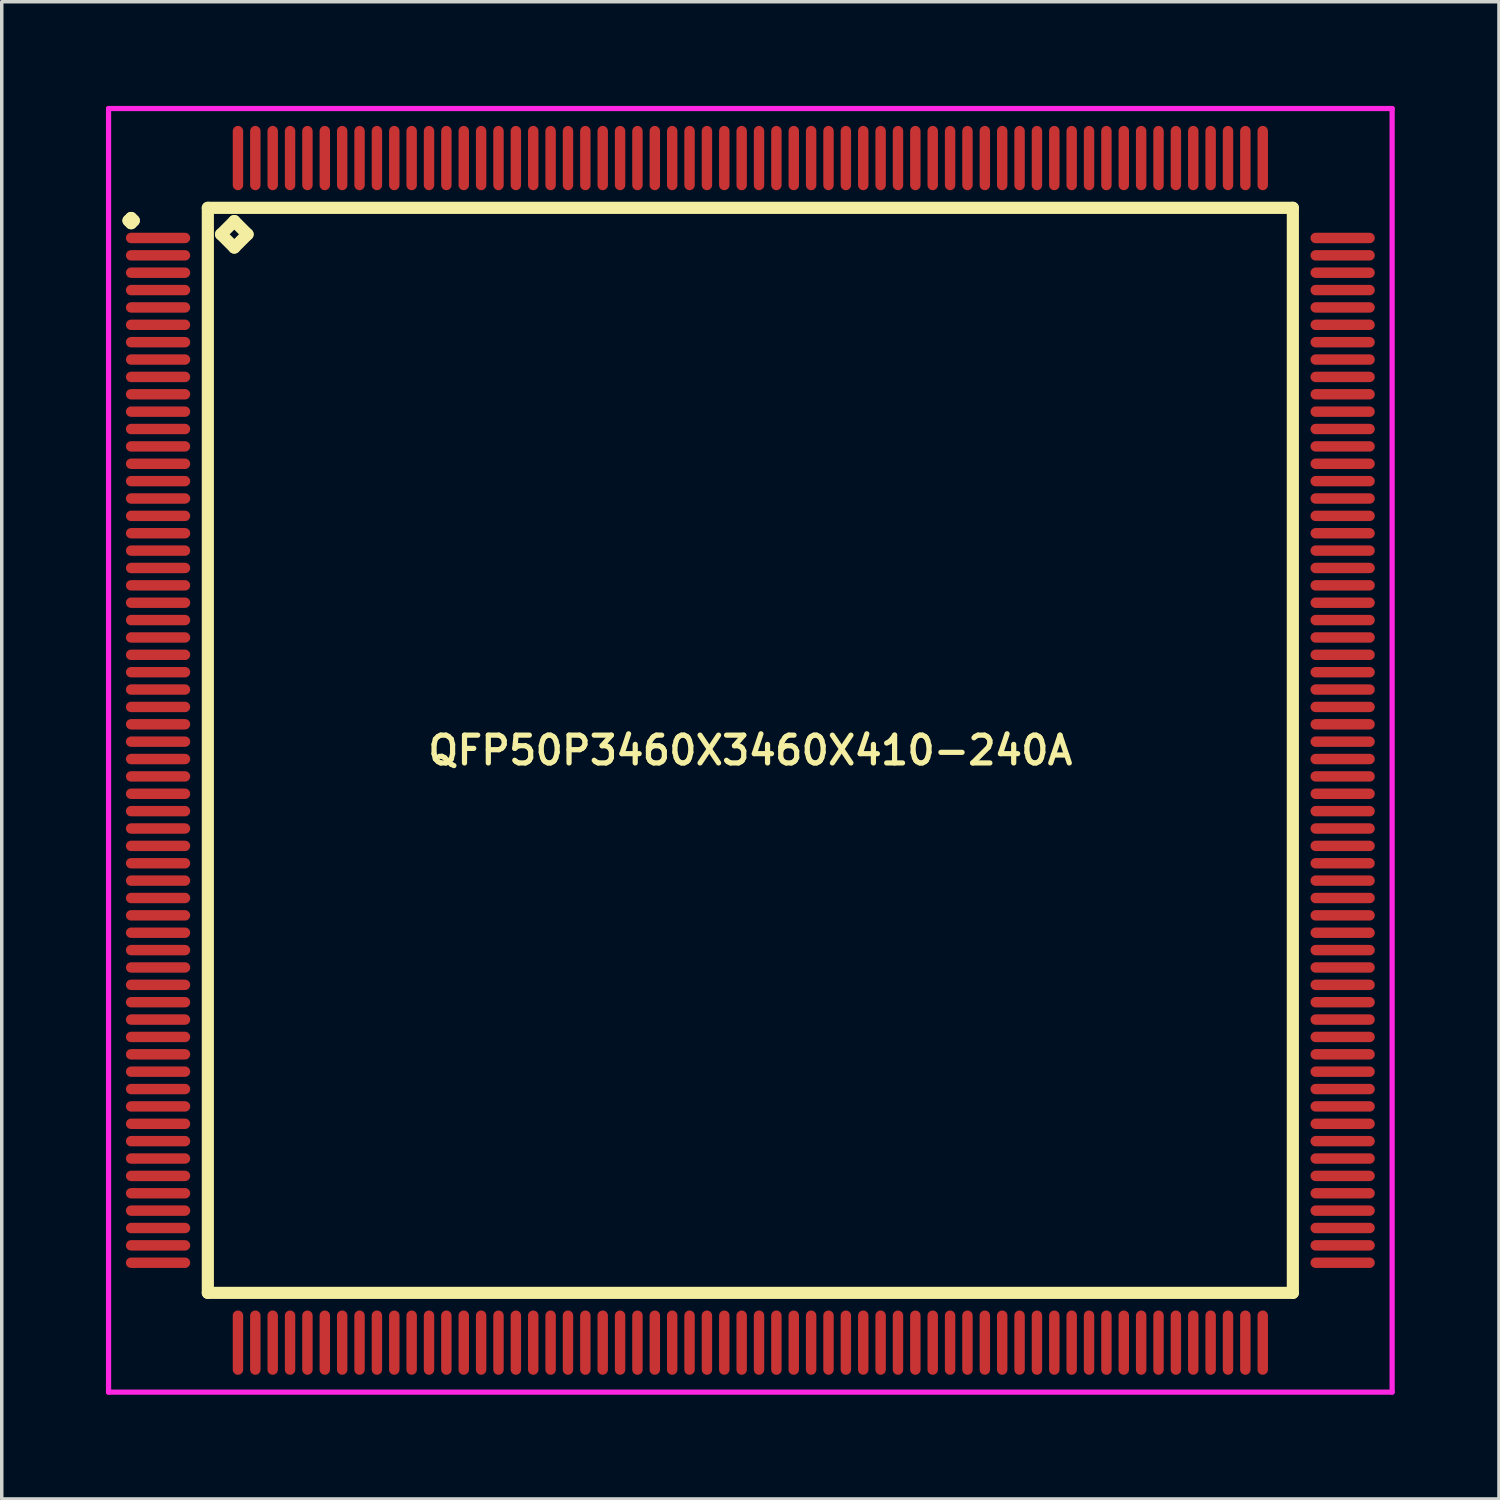
<source format=kicad_pcb>
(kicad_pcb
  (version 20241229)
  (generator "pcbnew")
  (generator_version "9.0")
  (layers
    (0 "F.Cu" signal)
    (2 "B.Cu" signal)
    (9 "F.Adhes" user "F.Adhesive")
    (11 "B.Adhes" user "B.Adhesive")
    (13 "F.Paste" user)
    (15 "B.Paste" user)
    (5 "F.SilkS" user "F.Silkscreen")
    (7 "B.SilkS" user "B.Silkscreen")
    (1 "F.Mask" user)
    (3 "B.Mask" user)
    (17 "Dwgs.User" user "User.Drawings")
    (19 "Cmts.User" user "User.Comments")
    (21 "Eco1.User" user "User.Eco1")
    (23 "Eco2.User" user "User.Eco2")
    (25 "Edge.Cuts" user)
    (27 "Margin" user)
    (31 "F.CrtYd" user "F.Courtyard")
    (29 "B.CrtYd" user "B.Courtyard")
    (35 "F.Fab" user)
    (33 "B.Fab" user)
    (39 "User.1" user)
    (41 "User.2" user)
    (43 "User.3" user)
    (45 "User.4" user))
  (footprint "QFP50P3460X3460X410-240A"
    (layer "F.Cu")
    (at 18.55 18.55)
    (property "Reference" "QFP50P3460X3460X410-240A" (at 0 0 0) (layer "F.SilkS") (effects (font (size 0.8 0.8) (thickness 0.15))))
    (attr through_hole)
    (fp_line (start -17.9 -15.25) (end -17.825 -15.325) (stroke (width 0.35) (type solid)) (layer "F.SilkS"))
    (fp_line (start -17.825 -15.325) (end -17.75 -15.25) (stroke (width 0.35) (type solid)) (layer "F.SilkS"))
    (fp_line (start -17.825 -15.175) (end -17.9 -15.25) (stroke (width 0.35) (type solid)) (layer "F.SilkS"))
    (fp_line (start -17.75 -15.25) (end -17.825 -15.175) (stroke (width 0.35) (type solid)) (layer "F.SilkS"))
    (fp_line (start -15.617 -15.617) (end -15.617 15.617) (stroke (width 0.35) (type solid)) (layer "F.SilkS"))
    (fp_line (start -15.617 15.617) (end 15.617 15.617) (stroke (width 0.35) (type solid)) (layer "F.SilkS"))
    (fp_line (start -15.236 -14.855) (end -14.855 -15.236) (stroke (width 0.35) (type solid)) (layer "F.SilkS"))
    (fp_line (start -14.855 -15.236) (end -14.474 -14.855) (stroke (width 0.35) (type solid)) (layer "F.SilkS"))
    (fp_line (start -14.855 -14.474) (end -15.236 -14.855) (stroke (width 0.35) (type solid)) (layer "F.SilkS"))
    (fp_line (start -14.474 -14.855) (end -14.855 -14.474) (stroke (width 0.35) (type solid)) (layer "F.SilkS"))
    (fp_line (start 15.617 -15.617) (end -15.617 -15.617) (stroke (width 0.35) (type solid)) (layer "F.SilkS"))
    (fp_line (start 15.617 15.617) (end 15.617 -15.617) (stroke (width 0.35) (type solid)) (layer "F.SilkS"))
    (fp_line (start -18.475 -18.475) (end 18.475 -18.475) (stroke (width 0.15) (type solid)) (layer "F.CrtYd"))
    (fp_line (start -18.475 18.475) (end -18.475 -18.475) (stroke (width 0.15) (type solid)) (layer "F.CrtYd"))
    (fp_line (start 18.475 -18.475) (end 18.475 18.475) (stroke (width 0.15) (type solid)) (layer "F.CrtYd"))
    (fp_line (start 18.475 18.475) (end -18.475 18.475) (stroke (width 0.15) (type solid)) (layer "F.CrtYd"))
    (pad "1" smd oval (at -17.05 -14.75) (size 1.85 0.3) (layers "F.Cu" "F.Mask" "F.Paste"))
    (pad "2" smd oval (at -17.05 -14.25) (size 1.85 0.3) (layers "F.Cu" "F.Mask" "F.Paste"))
    (pad "3" smd oval (at -17.05 -13.75) (size 1.85 0.3) (layers "F.Cu" "F.Mask" "F.Paste"))
    (pad "4" smd oval (at -17.05 -13.25) (size 1.85 0.3) (layers "F.Cu" "F.Mask" "F.Paste"))
    (pad "5" smd oval (at -17.05 -12.75) (size 1.85 0.3) (layers "F.Cu" "F.Mask" "F.Paste"))
    (pad "6" smd oval (at -17.05 -12.25) (size 1.85 0.3) (layers "F.Cu" "F.Mask" "F.Paste"))
    (pad "7" smd oval (at -17.05 -11.75) (size 1.85 0.3) (layers "F.Cu" "F.Mask" "F.Paste"))
    (pad "8" smd oval (at -17.05 -11.25) (size 1.85 0.3) (layers "F.Cu" "F.Mask" "F.Paste"))
    (pad "9" smd oval (at -17.05 -10.75) (size 1.85 0.3) (layers "F.Cu" "F.Mask" "F.Paste"))
    (pad "10" smd oval (at -17.05 -10.25) (size 1.85 0.3) (layers "F.Cu" "F.Mask" "F.Paste"))
    (pad "11" smd oval (at -17.05 -9.75) (size 1.85 0.3) (layers "F.Cu" "F.Mask" "F.Paste"))
    (pad "12" smd oval (at -17.05 -9.25) (size 1.85 0.3) (layers "F.Cu" "F.Mask" "F.Paste"))
    (pad "13" smd oval (at -17.05 -8.75) (size 1.85 0.3) (layers "F.Cu" "F.Mask" "F.Paste"))
    (pad "14" smd oval (at -17.05 -8.25) (size 1.85 0.3) (layers "F.Cu" "F.Mask" "F.Paste"))
    (pad "15" smd oval (at -17.05 -7.75) (size 1.85 0.3) (layers "F.Cu" "F.Mask" "F.Paste"))
    (pad "16" smd oval (at -17.05 -7.25) (size 1.85 0.3) (layers "F.Cu" "F.Mask" "F.Paste"))
    (pad "17" smd oval (at -17.05 -6.75) (size 1.85 0.3) (layers "F.Cu" "F.Mask" "F.Paste"))
    (pad "18" smd oval (at -17.05 -6.25) (size 1.85 0.3) (layers "F.Cu" "F.Mask" "F.Paste"))
    (pad "19" smd oval (at -17.05 -5.75) (size 1.85 0.3) (layers "F.Cu" "F.Mask" "F.Paste"))
    (pad "20" smd oval (at -17.05 -5.25) (size 1.85 0.3) (layers "F.Cu" "F.Mask" "F.Paste"))
    (pad "21" smd oval (at -17.05 -4.75) (size 1.85 0.3) (layers "F.Cu" "F.Mask" "F.Paste"))
    (pad "22" smd oval (at -17.05 -4.25) (size 1.85 0.3) (layers "F.Cu" "F.Mask" "F.Paste"))
    (pad "23" smd oval (at -17.05 -3.75) (size 1.85 0.3) (layers "F.Cu" "F.Mask" "F.Paste"))
    (pad "24" smd oval (at -17.05 -3.25) (size 1.85 0.3) (layers "F.Cu" "F.Mask" "F.Paste"))
    (pad "25" smd oval (at -17.05 -2.75) (size 1.85 0.3) (layers "F.Cu" "F.Mask" "F.Paste"))
    (pad "26" smd oval (at -17.05 -2.25) (size 1.85 0.3) (layers "F.Cu" "F.Mask" "F.Paste"))
    (pad "27" smd oval (at -17.05 -1.75) (size 1.85 0.3) (layers "F.Cu" "F.Mask" "F.Paste"))
    (pad "28" smd oval (at -17.05 -1.25) (size 1.85 0.3) (layers "F.Cu" "F.Mask" "F.Paste"))
    (pad "29" smd oval (at -17.05 -0.75) (size 1.85 0.3) (layers "F.Cu" "F.Mask" "F.Paste"))
    (pad "30" smd oval (at -17.05 -0.25) (size 1.85 0.3) (layers "F.Cu" "F.Mask" "F.Paste"))
    (pad "31" smd oval (at -17.05 0.25) (size 1.85 0.3) (layers "F.Cu" "F.Mask" "F.Paste"))
    (pad "32" smd oval (at -17.05 0.75) (size 1.85 0.3) (layers "F.Cu" "F.Mask" "F.Paste"))
    (pad "33" smd oval (at -17.05 1.25) (size 1.85 0.3) (layers "F.Cu" "F.Mask" "F.Paste"))
    (pad "34" smd oval (at -17.05 1.75) (size 1.85 0.3) (layers "F.Cu" "F.Mask" "F.Paste"))
    (pad "35" smd oval (at -17.05 2.25) (size 1.85 0.3) (layers "F.Cu" "F.Mask" "F.Paste"))
    (pad "36" smd oval (at -17.05 2.75) (size 1.85 0.3) (layers "F.Cu" "F.Mask" "F.Paste"))
    (pad "37" smd oval (at -17.05 3.25) (size 1.85 0.3) (layers "F.Cu" "F.Mask" "F.Paste"))
    (pad "38" smd oval (at -17.05 3.75) (size 1.85 0.3) (layers "F.Cu" "F.Mask" "F.Paste"))
    (pad "39" smd oval (at -17.05 4.25) (size 1.85 0.3) (layers "F.Cu" "F.Mask" "F.Paste"))
    (pad "40" smd oval (at -17.05 4.75) (size 1.85 0.3) (layers "F.Cu" "F.Mask" "F.Paste"))
    (pad "41" smd oval (at -17.05 5.25) (size 1.85 0.3) (layers "F.Cu" "F.Mask" "F.Paste"))
    (pad "42" smd oval (at -17.05 5.75) (size 1.85 0.3) (layers "F.Cu" "F.Mask" "F.Paste"))
    (pad "43" smd oval (at -17.05 6.25) (size 1.85 0.3) (layers "F.Cu" "F.Mask" "F.Paste"))
    (pad "44" smd oval (at -17.05 6.75) (size 1.85 0.3) (layers "F.Cu" "F.Mask" "F.Paste"))
    (pad "45" smd oval (at -17.05 7.25) (size 1.85 0.3) (layers "F.Cu" "F.Mask" "F.Paste"))
    (pad "46" smd oval (at -17.05 7.75) (size 1.85 0.3) (layers "F.Cu" "F.Mask" "F.Paste"))
    (pad "47" smd oval (at -17.05 8.25) (size 1.85 0.3) (layers "F.Cu" "F.Mask" "F.Paste"))
    (pad "48" smd oval (at -17.05 8.75) (size 1.85 0.3) (layers "F.Cu" "F.Mask" "F.Paste"))
    (pad "49" smd oval (at -17.05 9.25) (size 1.85 0.3) (layers "F.Cu" "F.Mask" "F.Paste"))
    (pad "50" smd oval (at -17.05 9.75) (size 1.85 0.3) (layers "F.Cu" "F.Mask" "F.Paste"))
    (pad "51" smd oval (at -17.05 10.25) (size 1.85 0.3) (layers "F.Cu" "F.Mask" "F.Paste"))
    (pad "52" smd oval (at -17.05 10.75) (size 1.85 0.3) (layers "F.Cu" "F.Mask" "F.Paste"))
    (pad "53" smd oval (at -17.05 11.25) (size 1.85 0.3) (layers "F.Cu" "F.Mask" "F.Paste"))
    (pad "54" smd oval (at -17.05 11.75) (size 1.85 0.3) (layers "F.Cu" "F.Mask" "F.Paste"))
    (pad "55" smd oval (at -17.05 12.25) (size 1.85 0.3) (layers "F.Cu" "F.Mask" "F.Paste"))
    (pad "56" smd oval (at -17.05 12.75) (size 1.85 0.3) (layers "F.Cu" "F.Mask" "F.Paste"))
    (pad "57" smd oval (at -17.05 13.25) (size 1.85 0.3) (layers "F.Cu" "F.Mask" "F.Paste"))
    (pad "58" smd oval (at -17.05 13.75) (size 1.85 0.3) (layers "F.Cu" "F.Mask" "F.Paste"))
    (pad "59" smd oval (at -17.05 14.25) (size 1.85 0.3) (layers "F.Cu" "F.Mask" "F.Paste"))
    (pad "60" smd oval (at -17.05 14.75) (size 1.85 0.3) (layers "F.Cu" "F.Mask" "F.Paste"))
    (pad "61" smd oval (at -14.75 17.05) (size 0.3 1.85) (layers "F.Cu" "F.Mask" "F.Paste"))
    (pad "62" smd oval (at -14.25 17.05) (size 0.3 1.85) (layers "F.Cu" "F.Mask" "F.Paste"))
    (pad "63" smd oval (at -13.75 17.05) (size 0.3 1.85) (layers "F.Cu" "F.Mask" "F.Paste"))
    (pad "64" smd oval (at -13.25 17.05) (size 0.3 1.85) (layers "F.Cu" "F.Mask" "F.Paste"))
    (pad "65" smd oval (at -12.75 17.05) (size 0.3 1.85) (layers "F.Cu" "F.Mask" "F.Paste"))
    (pad "66" smd oval (at -12.25 17.05) (size 0.3 1.85) (layers "F.Cu" "F.Mask" "F.Paste"))
    (pad "67" smd oval (at -11.75 17.05) (size 0.3 1.85) (layers "F.Cu" "F.Mask" "F.Paste"))
    (pad "68" smd oval (at -11.25 17.05) (size 0.3 1.85) (layers "F.Cu" "F.Mask" "F.Paste"))
    (pad "69" smd oval (at -10.75 17.05) (size 0.3 1.85) (layers "F.Cu" "F.Mask" "F.Paste"))
    (pad "70" smd oval (at -10.25 17.05) (size 0.3 1.85) (layers "F.Cu" "F.Mask" "F.Paste"))
    (pad "71" smd oval (at -9.75 17.05) (size 0.3 1.85) (layers "F.Cu" "F.Mask" "F.Paste"))
    (pad "72" smd oval (at -9.25 17.05) (size 0.3 1.85) (layers "F.Cu" "F.Mask" "F.Paste"))
    (pad "73" smd oval (at -8.75 17.05) (size 0.3 1.85) (layers "F.Cu" "F.Mask" "F.Paste"))
    (pad "74" smd oval (at -8.25 17.05) (size 0.3 1.85) (layers "F.Cu" "F.Mask" "F.Paste"))
    (pad "75" smd oval (at -7.75 17.05) (size 0.3 1.85) (layers "F.Cu" "F.Mask" "F.Paste"))
    (pad "76" smd oval (at -7.25 17.05) (size 0.3 1.85) (layers "F.Cu" "F.Mask" "F.Paste"))
    (pad "77" smd oval (at -6.75 17.05) (size 0.3 1.85) (layers "F.Cu" "F.Mask" "F.Paste"))
    (pad "78" smd oval (at -6.25 17.05) (size 0.3 1.85) (layers "F.Cu" "F.Mask" "F.Paste"))
    (pad "79" smd oval (at -5.75 17.05) (size 0.3 1.85) (layers "F.Cu" "F.Mask" "F.Paste"))
    (pad "80" smd oval (at -5.25 17.05) (size 0.3 1.85) (layers "F.Cu" "F.Mask" "F.Paste"))
    (pad "81" smd oval (at -4.75 17.05) (size 0.3 1.85) (layers "F.Cu" "F.Mask" "F.Paste"))
    (pad "82" smd oval (at -4.25 17.05) (size 0.3 1.85) (layers "F.Cu" "F.Mask" "F.Paste"))
    (pad "83" smd oval (at -3.75 17.05) (size 0.3 1.85) (layers "F.Cu" "F.Mask" "F.Paste"))
    (pad "84" smd oval (at -3.25 17.05) (size 0.3 1.85) (layers "F.Cu" "F.Mask" "F.Paste"))
    (pad "85" smd oval (at -2.75 17.05) (size 0.3 1.85) (layers "F.Cu" "F.Mask" "F.Paste"))
    (pad "86" smd oval (at -2.25 17.05) (size 0.3 1.85) (layers "F.Cu" "F.Mask" "F.Paste"))
    (pad "87" smd oval (at -1.75 17.05) (size 0.3 1.85) (layers "F.Cu" "F.Mask" "F.Paste"))
    (pad "88" smd oval (at -1.25 17.05) (size 0.3 1.85) (layers "F.Cu" "F.Mask" "F.Paste"))
    (pad "89" smd oval (at -0.75 17.05) (size 0.3 1.85) (layers "F.Cu" "F.Mask" "F.Paste"))
    (pad "90" smd oval (at -0.25 17.05) (size 0.3 1.85) (layers "F.Cu" "F.Mask" "F.Paste"))
    (pad "91" smd oval (at 0.25 17.05) (size 0.3 1.85) (layers "F.Cu" "F.Mask" "F.Paste"))
    (pad "92" smd oval (at 0.75 17.05) (size 0.3 1.85) (layers "F.Cu" "F.Mask" "F.Paste"))
    (pad "93" smd oval (at 1.25 17.05) (size 0.3 1.85) (layers "F.Cu" "F.Mask" "F.Paste"))
    (pad "94" smd oval (at 1.75 17.05) (size 0.3 1.85) (layers "F.Cu" "F.Mask" "F.Paste"))
    (pad "95" smd oval (at 2.25 17.05) (size 0.3 1.85) (layers "F.Cu" "F.Mask" "F.Paste"))
    (pad "96" smd oval (at 2.75 17.05) (size 0.3 1.85) (layers "F.Cu" "F.Mask" "F.Paste"))
    (pad "97" smd oval (at 3.25 17.05) (size 0.3 1.85) (layers "F.Cu" "F.Mask" "F.Paste"))
    (pad "98" smd oval (at 3.75 17.05) (size 0.3 1.85) (layers "F.Cu" "F.Mask" "F.Paste"))
    (pad "99" smd oval (at 4.25 17.05) (size 0.3 1.85) (layers "F.Cu" "F.Mask" "F.Paste"))
    (pad "100" smd oval (at 4.75 17.05) (size 0.3 1.85) (layers "F.Cu" "F.Mask" "F.Paste"))
    (pad "101" smd oval (at 5.25 17.05) (size 0.3 1.85) (layers "F.Cu" "F.Mask" "F.Paste"))
    (pad "102" smd oval (at 5.75 17.05) (size 0.3 1.85) (layers "F.Cu" "F.Mask" "F.Paste"))
    (pad "103" smd oval (at 6.25 17.05) (size 0.3 1.85) (layers "F.Cu" "F.Mask" "F.Paste"))
    (pad "104" smd oval (at 6.75 17.05) (size 0.3 1.85) (layers "F.Cu" "F.Mask" "F.Paste"))
    (pad "105" smd oval (at 7.25 17.05) (size 0.3 1.85) (layers "F.Cu" "F.Mask" "F.Paste"))
    (pad "106" smd oval (at 7.75 17.05) (size 0.3 1.85) (layers "F.Cu" "F.Mask" "F.Paste"))
    (pad "107" smd oval (at 8.25 17.05) (size 0.3 1.85) (layers "F.Cu" "F.Mask" "F.Paste"))
    (pad "108" smd oval (at 8.75 17.05) (size 0.3 1.85) (layers "F.Cu" "F.Mask" "F.Paste"))
    (pad "109" smd oval (at 9.25 17.05) (size 0.3 1.85) (layers "F.Cu" "F.Mask" "F.Paste"))
    (pad "110" smd oval (at 9.75 17.05) (size 0.3 1.85) (layers "F.Cu" "F.Mask" "F.Paste"))
    (pad "111" smd oval (at 10.25 17.05) (size 0.3 1.85) (layers "F.Cu" "F.Mask" "F.Paste"))
    (pad "112" smd oval (at 10.75 17.05) (size 0.3 1.85) (layers "F.Cu" "F.Mask" "F.Paste"))
    (pad "113" smd oval (at 11.25 17.05) (size 0.3 1.85) (layers "F.Cu" "F.Mask" "F.Paste"))
    (pad "114" smd oval (at 11.75 17.05) (size 0.3 1.85) (layers "F.Cu" "F.Mask" "F.Paste"))
    (pad "115" smd oval (at 12.25 17.05) (size 0.3 1.85) (layers "F.Cu" "F.Mask" "F.Paste"))
    (pad "116" smd oval (at 12.75 17.05) (size 0.3 1.85) (layers "F.Cu" "F.Mask" "F.Paste"))
    (pad "117" smd oval (at 13.25 17.05) (size 0.3 1.85) (layers "F.Cu" "F.Mask" "F.Paste"))
    (pad "118" smd oval (at 13.75 17.05) (size 0.3 1.85) (layers "F.Cu" "F.Mask" "F.Paste"))
    (pad "119" smd oval (at 14.25 17.05) (size 0.3 1.85) (layers "F.Cu" "F.Mask" "F.Paste"))
    (pad "120" smd oval (at 14.75 17.05) (size 0.3 1.85) (layers "F.Cu" "F.Mask" "F.Paste"))
    (pad "121" smd oval (at 17.05 14.75) (size 1.85 0.3) (layers "F.Cu" "F.Mask" "F.Paste"))
    (pad "122" smd oval (at 17.05 14.25) (size 1.85 0.3) (layers "F.Cu" "F.Mask" "F.Paste"))
    (pad "123" smd oval (at 17.05 13.75) (size 1.85 0.3) (layers "F.Cu" "F.Mask" "F.Paste"))
    (pad "124" smd oval (at 17.05 13.25) (size 1.85 0.3) (layers "F.Cu" "F.Mask" "F.Paste"))
    (pad "125" smd oval (at 17.05 12.75) (size 1.85 0.3) (layers "F.Cu" "F.Mask" "F.Paste"))
    (pad "126" smd oval (at 17.05 12.25) (size 1.85 0.3) (layers "F.Cu" "F.Mask" "F.Paste"))
    (pad "127" smd oval (at 17.05 11.75) (size 1.85 0.3) (layers "F.Cu" "F.Mask" "F.Paste"))
    (pad "128" smd oval (at 17.05 11.25) (size 1.85 0.3) (layers "F.Cu" "F.Mask" "F.Paste"))
    (pad "129" smd oval (at 17.05 10.75) (size 1.85 0.3) (layers "F.Cu" "F.Mask" "F.Paste"))
    (pad "130" smd oval (at 17.05 10.25) (size 1.85 0.3) (layers "F.Cu" "F.Mask" "F.Paste"))
    (pad "131" smd oval (at 17.05 9.75) (size 1.85 0.3) (layers "F.Cu" "F.Mask" "F.Paste"))
    (pad "132" smd oval (at 17.05 9.25) (size 1.85 0.3) (layers "F.Cu" "F.Mask" "F.Paste"))
    (pad "133" smd oval (at 17.05 8.75) (size 1.85 0.3) (layers "F.Cu" "F.Mask" "F.Paste"))
    (pad "134" smd oval (at 17.05 8.25) (size 1.85 0.3) (layers "F.Cu" "F.Mask" "F.Paste"))
    (pad "135" smd oval (at 17.05 7.75) (size 1.85 0.3) (layers "F.Cu" "F.Mask" "F.Paste"))
    (pad "136" smd oval (at 17.05 7.25) (size 1.85 0.3) (layers "F.Cu" "F.Mask" "F.Paste"))
    (pad "137" smd oval (at 17.05 6.75) (size 1.85 0.3) (layers "F.Cu" "F.Mask" "F.Paste"))
    (pad "138" smd oval (at 17.05 6.25) (size 1.85 0.3) (layers "F.Cu" "F.Mask" "F.Paste"))
    (pad "139" smd oval (at 17.05 5.75) (size 1.85 0.3) (layers "F.Cu" "F.Mask" "F.Paste"))
    (pad "140" smd oval (at 17.05 5.25) (size 1.85 0.3) (layers "F.Cu" "F.Mask" "F.Paste"))
    (pad "141" smd oval (at 17.05 4.75) (size 1.85 0.3) (layers "F.Cu" "F.Mask" "F.Paste"))
    (pad "142" smd oval (at 17.05 4.25) (size 1.85 0.3) (layers "F.Cu" "F.Mask" "F.Paste"))
    (pad "143" smd oval (at 17.05 3.75) (size 1.85 0.3) (layers "F.Cu" "F.Mask" "F.Paste"))
    (pad "144" smd oval (at 17.05 3.25) (size 1.85 0.3) (layers "F.Cu" "F.Mask" "F.Paste"))
    (pad "145" smd oval (at 17.05 2.75) (size 1.85 0.3) (layers "F.Cu" "F.Mask" "F.Paste"))
    (pad "146" smd oval (at 17.05 2.25) (size 1.85 0.3) (layers "F.Cu" "F.Mask" "F.Paste"))
    (pad "147" smd oval (at 17.05 1.75) (size 1.85 0.3) (layers "F.Cu" "F.Mask" "F.Paste"))
    (pad "148" smd oval (at 17.05 1.25) (size 1.85 0.3) (layers "F.Cu" "F.Mask" "F.Paste"))
    (pad "149" smd oval (at 17.05 0.75) (size 1.85 0.3) (layers "F.Cu" "F.Mask" "F.Paste"))
    (pad "150" smd oval (at 17.05 0.25) (size 1.85 0.3) (layers "F.Cu" "F.Mask" "F.Paste"))
    (pad "151" smd oval (at 17.05 -0.25) (size 1.85 0.3) (layers "F.Cu" "F.Mask" "F.Paste"))
    (pad "152" smd oval (at 17.05 -0.75) (size 1.85 0.3) (layers "F.Cu" "F.Mask" "F.Paste"))
    (pad "153" smd oval (at 17.05 -1.25) (size 1.85 0.3) (layers "F.Cu" "F.Mask" "F.Paste"))
    (pad "154" smd oval (at 17.05 -1.75) (size 1.85 0.3) (layers "F.Cu" "F.Mask" "F.Paste"))
    (pad "155" smd oval (at 17.05 -2.25) (size 1.85 0.3) (layers "F.Cu" "F.Mask" "F.Paste"))
    (pad "156" smd oval (at 17.05 -2.75) (size 1.85 0.3) (layers "F.Cu" "F.Mask" "F.Paste"))
    (pad "157" smd oval (at 17.05 -3.25) (size 1.85 0.3) (layers "F.Cu" "F.Mask" "F.Paste"))
    (pad "158" smd oval (at 17.05 -3.75) (size 1.85 0.3) (layers "F.Cu" "F.Mask" "F.Paste"))
    (pad "159" smd oval (at 17.05 -4.25) (size 1.85 0.3) (layers "F.Cu" "F.Mask" "F.Paste"))
    (pad "160" smd oval (at 17.05 -4.75) (size 1.85 0.3) (layers "F.Cu" "F.Mask" "F.Paste"))
    (pad "161" smd oval (at 17.05 -5.25) (size 1.85 0.3) (layers "F.Cu" "F.Mask" "F.Paste"))
    (pad "162" smd oval (at 17.05 -5.75) (size 1.85 0.3) (layers "F.Cu" "F.Mask" "F.Paste"))
    (pad "163" smd oval (at 17.05 -6.25) (size 1.85 0.3) (layers "F.Cu" "F.Mask" "F.Paste"))
    (pad "164" smd oval (at 17.05 -6.75) (size 1.85 0.3) (layers "F.Cu" "F.Mask" "F.Paste"))
    (pad "165" smd oval (at 17.05 -7.25) (size 1.85 0.3) (layers "F.Cu" "F.Mask" "F.Paste"))
    (pad "166" smd oval (at 17.05 -7.75) (size 1.85 0.3) (layers "F.Cu" "F.Mask" "F.Paste"))
    (pad "167" smd oval (at 17.05 -8.25) (size 1.85 0.3) (layers "F.Cu" "F.Mask" "F.Paste"))
    (pad "168" smd oval (at 17.05 -8.75) (size 1.85 0.3) (layers "F.Cu" "F.Mask" "F.Paste"))
    (pad "169" smd oval (at 17.05 -9.25) (size 1.85 0.3) (layers "F.Cu" "F.Mask" "F.Paste"))
    (pad "170" smd oval (at 17.05 -9.75) (size 1.85 0.3) (layers "F.Cu" "F.Mask" "F.Paste"))
    (pad "171" smd oval (at 17.05 -10.25) (size 1.85 0.3) (layers "F.Cu" "F.Mask" "F.Paste"))
    (pad "172" smd oval (at 17.05 -10.75) (size 1.85 0.3) (layers "F.Cu" "F.Mask" "F.Paste"))
    (pad "173" smd oval (at 17.05 -11.25) (size 1.85 0.3) (layers "F.Cu" "F.Mask" "F.Paste"))
    (pad "174" smd oval (at 17.05 -11.75) (size 1.85 0.3) (layers "F.Cu" "F.Mask" "F.Paste"))
    (pad "175" smd oval (at 17.05 -12.25) (size 1.85 0.3) (layers "F.Cu" "F.Mask" "F.Paste"))
    (pad "176" smd oval (at 17.05 -12.75) (size 1.85 0.3) (layers "F.Cu" "F.Mask" "F.Paste"))
    (pad "177" smd oval (at 17.05 -13.25) (size 1.85 0.3) (layers "F.Cu" "F.Mask" "F.Paste"))
    (pad "178" smd oval (at 17.05 -13.75) (size 1.85 0.3) (layers "F.Cu" "F.Mask" "F.Paste"))
    (pad "179" smd oval (at 17.05 -14.25) (size 1.85 0.3) (layers "F.Cu" "F.Mask" "F.Paste"))
    (pad "180" smd oval (at 17.05 -14.75) (size 1.85 0.3) (layers "F.Cu" "F.Mask" "F.Paste"))
    (pad "181" smd oval (at 14.75 -17.05) (size 0.3 1.85) (layers "F.Cu" "F.Mask" "F.Paste"))
    (pad "182" smd oval (at 14.25 -17.05) (size 0.3 1.85) (layers "F.Cu" "F.Mask" "F.Paste"))
    (pad "183" smd oval (at 13.75 -17.05) (size 0.3 1.85) (layers "F.Cu" "F.Mask" "F.Paste"))
    (pad "184" smd oval (at 13.25 -17.05) (size 0.3 1.85) (layers "F.Cu" "F.Mask" "F.Paste"))
    (pad "185" smd oval (at 12.75 -17.05) (size 0.3 1.85) (layers "F.Cu" "F.Mask" "F.Paste"))
    (pad "186" smd oval (at 12.25 -17.05) (size 0.3 1.85) (layers "F.Cu" "F.Mask" "F.Paste"))
    (pad "187" smd oval (at 11.75 -17.05) (size 0.3 1.85) (layers "F.Cu" "F.Mask" "F.Paste"))
    (pad "188" smd oval (at 11.25 -17.05) (size 0.3 1.85) (layers "F.Cu" "F.Mask" "F.Paste"))
    (pad "189" smd oval (at 10.75 -17.05) (size 0.3 1.85) (layers "F.Cu" "F.Mask" "F.Paste"))
    (pad "190" smd oval (at 10.25 -17.05) (size 0.3 1.85) (layers "F.Cu" "F.Mask" "F.Paste"))
    (pad "191" smd oval (at 9.75 -17.05) (size 0.3 1.85) (layers "F.Cu" "F.Mask" "F.Paste"))
    (pad "192" smd oval (at 9.25 -17.05) (size 0.3 1.85) (layers "F.Cu" "F.Mask" "F.Paste"))
    (pad "193" smd oval (at 8.75 -17.05) (size 0.3 1.85) (layers "F.Cu" "F.Mask" "F.Paste"))
    (pad "194" smd oval (at 8.25 -17.05) (size 0.3 1.85) (layers "F.Cu" "F.Mask" "F.Paste"))
    (pad "195" smd oval (at 7.75 -17.05) (size 0.3 1.85) (layers "F.Cu" "F.Mask" "F.Paste"))
    (pad "196" smd oval (at 7.25 -17.05) (size 0.3 1.85) (layers "F.Cu" "F.Mask" "F.Paste"))
    (pad "197" smd oval (at 6.75 -17.05) (size 0.3 1.85) (layers "F.Cu" "F.Mask" "F.Paste"))
    (pad "198" smd oval (at 6.25 -17.05) (size 0.3 1.85) (layers "F.Cu" "F.Mask" "F.Paste"))
    (pad "199" smd oval (at 5.75 -17.05) (size 0.3 1.85) (layers "F.Cu" "F.Mask" "F.Paste"))
    (pad "200" smd oval (at 5.25 -17.05) (size 0.3 1.85) (layers "F.Cu" "F.Mask" "F.Paste"))
    (pad "201" smd oval (at 4.75 -17.05) (size 0.3 1.85) (layers "F.Cu" "F.Mask" "F.Paste"))
    (pad "202" smd oval (at 4.25 -17.05) (size 0.3 1.85) (layers "F.Cu" "F.Mask" "F.Paste"))
    (pad "203" smd oval (at 3.75 -17.05) (size 0.3 1.85) (layers "F.Cu" "F.Mask" "F.Paste"))
    (pad "204" smd oval (at 3.25 -17.05) (size 0.3 1.85) (layers "F.Cu" "F.Mask" "F.Paste"))
    (pad "205" smd oval (at 2.75 -17.05) (size 0.3 1.85) (layers "F.Cu" "F.Mask" "F.Paste"))
    (pad "206" smd oval (at 2.25 -17.05) (size 0.3 1.85) (layers "F.Cu" "F.Mask" "F.Paste"))
    (pad "207" smd oval (at 1.75 -17.05) (size 0.3 1.85) (layers "F.Cu" "F.Mask" "F.Paste"))
    (pad "208" smd oval (at 1.25 -17.05) (size 0.3 1.85) (layers "F.Cu" "F.Mask" "F.Paste"))
    (pad "209" smd oval (at 0.75 -17.05) (size 0.3 1.85) (layers "F.Cu" "F.Mask" "F.Paste"))
    (pad "210" smd oval (at 0.25 -17.05) (size 0.3 1.85) (layers "F.Cu" "F.Mask" "F.Paste"))
    (pad "211" smd oval (at -0.25 -17.05) (size 0.3 1.85) (layers "F.Cu" "F.Mask" "F.Paste"))
    (pad "212" smd oval (at -0.75 -17.05) (size 0.3 1.85) (layers "F.Cu" "F.Mask" "F.Paste"))
    (pad "213" smd oval (at -1.25 -17.05) (size 0.3 1.85) (layers "F.Cu" "F.Mask" "F.Paste"))
    (pad "214" smd oval (at -1.75 -17.05) (size 0.3 1.85) (layers "F.Cu" "F.Mask" "F.Paste"))
    (pad "215" smd oval (at -2.25 -17.05) (size 0.3 1.85) (layers "F.Cu" "F.Mask" "F.Paste"))
    (pad "216" smd oval (at -2.75 -17.05) (size 0.3 1.85) (layers "F.Cu" "F.Mask" "F.Paste"))
    (pad "217" smd oval (at -3.25 -17.05) (size 0.3 1.85) (layers "F.Cu" "F.Mask" "F.Paste"))
    (pad "218" smd oval (at -3.75 -17.05) (size 0.3 1.85) (layers "F.Cu" "F.Mask" "F.Paste"))
    (pad "219" smd oval (at -4.25 -17.05) (size 0.3 1.85) (layers "F.Cu" "F.Mask" "F.Paste"))
    (pad "220" smd oval (at -4.75 -17.05) (size 0.3 1.85) (layers "F.Cu" "F.Mask" "F.Paste"))
    (pad "221" smd oval (at -5.25 -17.05) (size 0.3 1.85) (layers "F.Cu" "F.Mask" "F.Paste"))
    (pad "222" smd oval (at -5.75 -17.05) (size 0.3 1.85) (layers "F.Cu" "F.Mask" "F.Paste"))
    (pad "223" smd oval (at -6.25 -17.05) (size 0.3 1.85) (layers "F.Cu" "F.Mask" "F.Paste"))
    (pad "224" smd oval (at -6.75 -17.05) (size 0.3 1.85) (layers "F.Cu" "F.Mask" "F.Paste"))
    (pad "225" smd oval (at -7.25 -17.05) (size 0.3 1.85) (layers "F.Cu" "F.Mask" "F.Paste"))
    (pad "226" smd oval (at -7.75 -17.05) (size 0.3 1.85) (layers "F.Cu" "F.Mask" "F.Paste"))
    (pad "227" smd oval (at -8.25 -17.05) (size 0.3 1.85) (layers "F.Cu" "F.Mask" "F.Paste"))
    (pad "228" smd oval (at -8.75 -17.05) (size 0.3 1.85) (layers "F.Cu" "F.Mask" "F.Paste"))
    (pad "229" smd oval (at -9.25 -17.05) (size 0.3 1.85) (layers "F.Cu" "F.Mask" "F.Paste"))
    (pad "230" smd oval (at -9.75 -17.05) (size 0.3 1.85) (layers "F.Cu" "F.Mask" "F.Paste"))
    (pad "231" smd oval (at -10.25 -17.05) (size 0.3 1.85) (layers "F.Cu" "F.Mask" "F.Paste"))
    (pad "232" smd oval (at -10.75 -17.05) (size 0.3 1.85) (layers "F.Cu" "F.Mask" "F.Paste"))
    (pad "233" smd oval (at -11.25 -17.05) (size 0.3 1.85) (layers "F.Cu" "F.Mask" "F.Paste"))
    (pad "234" smd oval (at -11.75 -17.05) (size 0.3 1.85) (layers "F.Cu" "F.Mask" "F.Paste"))
    (pad "235" smd oval (at -12.25 -17.05) (size 0.3 1.85) (layers "F.Cu" "F.Mask" "F.Paste"))
    (pad "236" smd oval (at -12.75 -17.05) (size 0.3 1.85) (layers "F.Cu" "F.Mask" "F.Paste"))
    (pad "237" smd oval (at -13.25 -17.05) (size 0.3 1.85) (layers "F.Cu" "F.Mask" "F.Paste"))
    (pad "238" smd oval (at -13.75 -17.05) (size 0.3 1.85) (layers "F.Cu" "F.Mask" "F.Paste"))
    (pad "239" smd oval (at -14.25 -17.05) (size 0.3 1.85) (layers "F.Cu" "F.Mask" "F.Paste"))
    (pad "240" smd oval (at -14.75 -17.05) (size 0.3 1.85) (layers "F.Cu" "F.Mask" "F.Paste")))
  (gr_rect
    (start -3 -3)
    (end 40.1 40.1)
    (stroke (width 0.1) (type default))
    (fill no)
    (layer "Edge.Cuts")))
</source>
